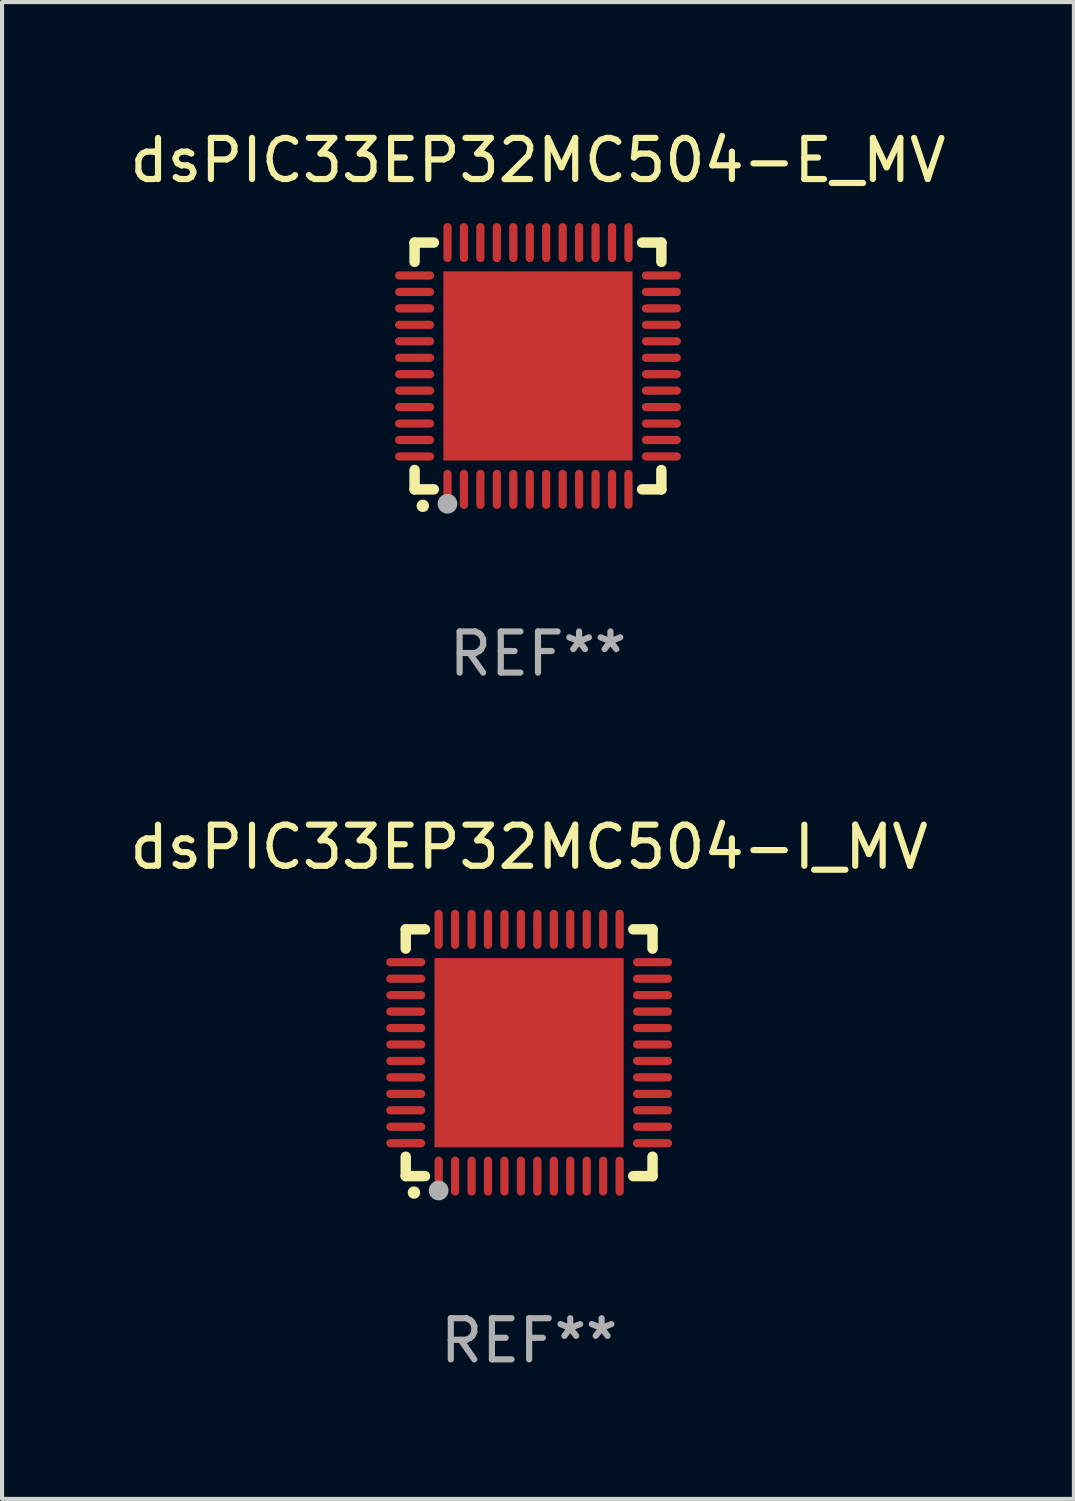
<source format=kicad_pcb>
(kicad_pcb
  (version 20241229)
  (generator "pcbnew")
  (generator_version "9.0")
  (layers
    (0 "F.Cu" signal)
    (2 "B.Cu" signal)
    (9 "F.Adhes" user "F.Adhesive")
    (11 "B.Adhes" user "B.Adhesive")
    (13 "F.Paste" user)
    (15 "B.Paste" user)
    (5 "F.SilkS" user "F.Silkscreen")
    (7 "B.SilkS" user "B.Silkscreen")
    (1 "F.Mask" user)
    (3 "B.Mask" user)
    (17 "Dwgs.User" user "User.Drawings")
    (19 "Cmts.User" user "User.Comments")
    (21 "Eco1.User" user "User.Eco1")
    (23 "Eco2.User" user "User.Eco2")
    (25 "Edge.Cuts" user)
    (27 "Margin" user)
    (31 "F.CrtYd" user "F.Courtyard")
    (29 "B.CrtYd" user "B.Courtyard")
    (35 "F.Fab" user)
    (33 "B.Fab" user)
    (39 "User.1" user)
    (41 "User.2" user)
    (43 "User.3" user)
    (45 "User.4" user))
  (footprint "dsPIC33EP32MC504-I_MV"
    (layer "F.Cu")
    (at 9.815 22.545)
    (property "Reference" "dsPIC33EP32MC504-I_MV" (at 0 -5 0) (layer "F.SilkS") (effects (font (size 1 1) (thickness 0.15))))
    (attr through_hole)
    (fp_line (start -3 -3) (end -2.532 -3) (stroke (width 0.254) (type solid)) (layer "F.SilkS"))
    (fp_line (start -3 -2.532) (end -3 -3) (stroke (width 0.254) (type solid)) (layer "F.SilkS"))
    (fp_line (start -3 3) (end -3 2.529) (stroke (width 0.254) (type solid)) (layer "F.SilkS"))
    (fp_line (start -2.532 3) (end -3 3) (stroke (width 0.254) (type solid)) (layer "F.SilkS"))
    (fp_line (start 2.532 -3) (end 3 -3) (stroke (width 0.254) (type solid)) (layer "F.SilkS"))
    (fp_line (start 3 -3) (end 3 -2.532) (stroke (width 0.254) (type solid)) (layer "F.SilkS"))
    (fp_line (start 3 2.529) (end 3 3) (stroke (width 0.254) (type solid)) (layer "F.SilkS"))
    (fp_line (start 3 3) (end 2.532 3) (stroke (width 0.254) (type solid)) (layer "F.SilkS"))
    (fp_arc (start -2.801295 3.400025) (mid -2.800025 3.40002) (end -2.798755 3.400025) (stroke (width 0.3) (type solid)) (layer "F.SilkS"))
    (fp_circle (center -3 3) (end -2.97 3) (stroke (width 0.06) (type solid)) (fill no) (layer "F.SilkS"))
    (fp_circle (center -2.2 3.35) (end -2.08 3.35) (stroke (width 0.24) (type solid)) (fill no) (layer "F.Fab"))
    (fp_text user "REF**" (at 0 7 0) (layer "F.Fab") (effects (font (size 1 1) (thickness 0.15))))
    (pad "1" smd oval (at -2.2 3) (size 0.2 0.95) (layers "F.Cu" "F.Mask" "F.Paste"))
    (pad "2" smd oval (at -1.8 3) (size 0.2 0.95) (layers "F.Cu" "F.Mask" "F.Paste"))
    (pad "3" smd oval (at -1.4 3) (size 0.2 0.95) (layers "F.Cu" "F.Mask" "F.Paste"))
    (pad "4" smd oval (at -1 3) (size 0.2 0.95) (layers "F.Cu" "F.Mask" "F.Paste"))
    (pad "5" smd oval (at -0.6 3) (size 0.2 0.95) (layers "F.Cu" "F.Mask" "F.Paste"))
    (pad "6" smd oval (at -0.2 3) (size 0.2 0.95) (layers "F.Cu" "F.Mask" "F.Paste"))
    (pad "7" smd oval (at 0.2 3) (size 0.2 0.95) (layers "F.Cu" "F.Mask" "F.Paste"))
    (pad "8" smd oval (at 0.6 3) (size 0.2 0.95) (layers "F.Cu" "F.Mask" "F.Paste"))
    (pad "9" smd oval (at 1 3) (size 0.2 0.95) (layers "F.Cu" "F.Mask" "F.Paste"))
    (pad "10" smd oval (at 1.4 3) (size 0.2 0.95) (layers "F.Cu" "F.Mask" "F.Paste"))
    (pad "11" smd oval (at 1.8 3) (size 0.2 0.95) (layers "F.Cu" "F.Mask" "F.Paste"))
    (pad "12" smd oval (at 2.2 3) (size 0.2 0.95) (layers "F.Cu" "F.Mask" "F.Paste"))
    (pad "13" smd oval (at 3 2.2 90) (size 0.2 0.95) (layers "F.Cu" "F.Mask" "F.Paste"))
    (pad "14" smd oval (at 3 1.8 90) (size 0.2 0.95) (layers "F.Cu" "F.Mask" "F.Paste"))
    (pad "15" smd oval (at 3 1.4 90) (size 0.2 0.95) (layers "F.Cu" "F.Mask" "F.Paste"))
    (pad "16" smd oval (at 3 1 90) (size 0.2 0.95) (layers "F.Cu" "F.Mask" "F.Paste"))
    (pad "17" smd oval (at 3 0.6 90) (size 0.2 0.95) (layers "F.Cu" "F.Mask" "F.Paste"))
    (pad "18" smd oval (at 3 0.2 90) (size 0.2 0.95) (layers "F.Cu" "F.Mask" "F.Paste"))
    (pad "19" smd oval (at 3 -0.2 90) (size 0.2 0.95) (layers "F.Cu" "F.Mask" "F.Paste"))
    (pad "20" smd oval (at 3 -0.6 90) (size 0.2 0.95) (layers "F.Cu" "F.Mask" "F.Paste"))
    (pad "21" smd oval (at 3 -1 90) (size 0.2 0.95) (layers "F.Cu" "F.Mask" "F.Paste"))
    (pad "22" smd oval (at 3 -1.4 90) (size 0.2 0.95) (layers "F.Cu" "F.Mask" "F.Paste"))
    (pad "23" smd oval (at 3 -1.8 90) (size 0.2 0.95) (layers "F.Cu" "F.Mask" "F.Paste"))
    (pad "24" smd oval (at 3 -2.2 90) (size 0.2 0.95) (layers "F.Cu" "F.Mask" "F.Paste"))
    (pad "25" smd oval (at 2.2 -3 180) (size 0.2 0.95) (layers "F.Cu" "F.Mask" "F.Paste"))
    (pad "26" smd oval (at 1.8 -3 180) (size 0.2 0.95) (layers "F.Cu" "F.Mask" "F.Paste"))
    (pad "27" smd oval (at 1.4 -3 180) (size 0.2 0.95) (layers "F.Cu" "F.Mask" "F.Paste"))
    (pad "28" smd oval (at 1 -3 180) (size 0.2 0.95) (layers "F.Cu" "F.Mask" "F.Paste"))
    (pad "29" smd oval (at 0.6 -3 180) (size 0.2 0.95) (layers "F.Cu" "F.Mask" "F.Paste"))
    (pad "30" smd oval (at 0.2 -3 180) (size 0.2 0.95) (layers "F.Cu" "F.Mask" "F.Paste"))
    (pad "31" smd oval (at -0.2 -3 180) (size 0.2 0.95) (layers "F.Cu" "F.Mask" "F.Paste"))
    (pad "32" smd oval (at -0.6 -3 180) (size 0.2 0.95) (layers "F.Cu" "F.Mask" "F.Paste"))
    (pad "33" smd oval (at -1 -3 180) (size 0.2 0.95) (layers "F.Cu" "F.Mask" "F.Paste"))
    (pad "34" smd oval (at -1.4 -3 180) (size 0.2 0.95) (layers "F.Cu" "F.Mask" "F.Paste"))
    (pad "35" smd oval (at -1.8 -3 180) (size 0.2 0.95) (layers "F.Cu" "F.Mask" "F.Paste"))
    (pad "36" smd oval (at -2.2 -3 180) (size 0.2 0.95) (layers "F.Cu" "F.Mask" "F.Paste"))
    (pad "37" smd oval (at -3 -2.2 270) (size 0.2 0.95) (layers "F.Cu" "F.Mask" "F.Paste"))
    (pad "38" smd oval (at -3 -1.8 270) (size 0.2 0.95) (layers "F.Cu" "F.Mask" "F.Paste"))
    (pad "39" smd oval (at -3 -1.4 270) (size 0.2 0.95) (layers "F.Cu" "F.Mask" "F.Paste"))
    (pad "40" smd oval (at -3 -1 270) (size 0.2 0.95) (layers "F.Cu" "F.Mask" "F.Paste"))
    (pad "41" smd oval (at -3 -0.6 270) (size 0.2 0.95) (layers "F.Cu" "F.Mask" "F.Paste"))
    (pad "42" smd oval (at -3 -0.2 270) (size 0.2 0.95) (layers "F.Cu" "F.Mask" "F.Paste"))
    (pad "43" smd oval (at -3 0.2 270) (size 0.2 0.95) (layers "F.Cu" "F.Mask" "F.Paste"))
    (pad "44" smd oval (at -3 0.6 270) (size 0.2 0.95) (layers "F.Cu" "F.Mask" "F.Paste"))
    (pad "45" smd oval (at -3 1 270) (size 0.2 0.95) (layers "F.Cu" "F.Mask" "F.Paste"))
    (pad "46" smd oval (at -3 1.4 270) (size 0.2 0.95) (layers "F.Cu" "F.Mask" "F.Paste"))
    (pad "47" smd oval (at -3 1.8 270) (size 0.2 0.95) (layers "F.Cu" "F.Mask" "F.Paste"))
    (pad "48" smd oval (at -3 2.2 270) (size 0.2 0.95) (layers "F.Cu" "F.Mask" "F.Paste"))
    (pad "49" smd rect (at -0.001 -0.001 180) (size 4.6 4.6) (layers "F.Cu" "F.Mask" "F.Paste")))
  (footprint "dsPIC33EP32MC504-E_MV"
    (layer "F.Cu")
    (at 10.03 5.848)
    (property "Reference" "dsPIC33EP32MC504-E_MV" (at 0 -5 0) (layer "F.SilkS") (effects (font (size 1 1) (thickness 0.15))))
    (attr through_hole)
    (fp_line (start -3 -3) (end -2.532 -3) (stroke (width 0.254) (type solid)) (layer "F.SilkS"))
    (fp_line (start -3 -2.532) (end -3 -3) (stroke (width 0.254) (type solid)) (layer "F.SilkS"))
    (fp_line (start -3 3) (end -3 2.529) (stroke (width 0.254) (type solid)) (layer "F.SilkS"))
    (fp_line (start -2.532 3) (end -3 3) (stroke (width 0.254) (type solid)) (layer "F.SilkS"))
    (fp_line (start 2.532 -3) (end 3 -3) (stroke (width 0.254) (type solid)) (layer "F.SilkS"))
    (fp_line (start 3 -3) (end 3 -2.532) (stroke (width 0.254) (type solid)) (layer "F.SilkS"))
    (fp_line (start 3 2.529) (end 3 3) (stroke (width 0.254) (type solid)) (layer "F.SilkS"))
    (fp_line (start 3 3) (end 2.532 3) (stroke (width 0.254) (type solid)) (layer "F.SilkS"))
    (fp_arc (start -2.801295 3.400025) (mid -2.800025 3.40002) (end -2.798755 3.400025) (stroke (width 0.3) (type solid)) (layer "F.SilkS"))
    (fp_circle (center -3 3) (end -2.97 3) (stroke (width 0.06) (type solid)) (fill no) (layer "F.SilkS"))
    (fp_circle (center -2.2 3.35) (end -2.08 3.35) (stroke (width 0.24) (type solid)) (fill no) (layer "F.Fab"))
    (fp_text user "REF**" (at 0 7 0) (layer "F.Fab") (effects (font (size 1 1) (thickness 0.15))))
    (pad "1" smd oval (at -2.2 3) (size 0.2 0.95) (layers "F.Cu" "F.Mask" "F.Paste"))
    (pad "2" smd oval (at -1.8 3) (size 0.2 0.95) (layers "F.Cu" "F.Mask" "F.Paste"))
    (pad "3" smd oval (at -1.4 3) (size 0.2 0.95) (layers "F.Cu" "F.Mask" "F.Paste"))
    (pad "4" smd oval (at -1 3) (size 0.2 0.95) (layers "F.Cu" "F.Mask" "F.Paste"))
    (pad "5" smd oval (at -0.6 3) (size 0.2 0.95) (layers "F.Cu" "F.Mask" "F.Paste"))
    (pad "6" smd oval (at -0.2 3) (size 0.2 0.95) (layers "F.Cu" "F.Mask" "F.Paste"))
    (pad "7" smd oval (at 0.2 3) (size 0.2 0.95) (layers "F.Cu" "F.Mask" "F.Paste"))
    (pad "8" smd oval (at 0.6 3) (size 0.2 0.95) (layers "F.Cu" "F.Mask" "F.Paste"))
    (pad "9" smd oval (at 1 3) (size 0.2 0.95) (layers "F.Cu" "F.Mask" "F.Paste"))
    (pad "10" smd oval (at 1.4 3) (size 0.2 0.95) (layers "F.Cu" "F.Mask" "F.Paste"))
    (pad "11" smd oval (at 1.8 3) (size 0.2 0.95) (layers "F.Cu" "F.Mask" "F.Paste"))
    (pad "12" smd oval (at 2.2 3) (size 0.2 0.95) (layers "F.Cu" "F.Mask" "F.Paste"))
    (pad "13" smd oval (at 3 2.2 90) (size 0.2 0.95) (layers "F.Cu" "F.Mask" "F.Paste"))
    (pad "14" smd oval (at 3 1.8 90) (size 0.2 0.95) (layers "F.Cu" "F.Mask" "F.Paste"))
    (pad "15" smd oval (at 3 1.4 90) (size 0.2 0.95) (layers "F.Cu" "F.Mask" "F.Paste"))
    (pad "16" smd oval (at 3 1 90) (size 0.2 0.95) (layers "F.Cu" "F.Mask" "F.Paste"))
    (pad "17" smd oval (at 3 0.6 90) (size 0.2 0.95) (layers "F.Cu" "F.Mask" "F.Paste"))
    (pad "18" smd oval (at 3 0.2 90) (size 0.2 0.95) (layers "F.Cu" "F.Mask" "F.Paste"))
    (pad "19" smd oval (at 3 -0.2 90) (size 0.2 0.95) (layers "F.Cu" "F.Mask" "F.Paste"))
    (pad "20" smd oval (at 3 -0.6 90) (size 0.2 0.95) (layers "F.Cu" "F.Mask" "F.Paste"))
    (pad "21" smd oval (at 3 -1 90) (size 0.2 0.95) (layers "F.Cu" "F.Mask" "F.Paste"))
    (pad "22" smd oval (at 3 -1.4 90) (size 0.2 0.95) (layers "F.Cu" "F.Mask" "F.Paste"))
    (pad "23" smd oval (at 3 -1.8 90) (size 0.2 0.95) (layers "F.Cu" "F.Mask" "F.Paste"))
    (pad "24" smd oval (at 3 -2.2 90) (size 0.2 0.95) (layers "F.Cu" "F.Mask" "F.Paste"))
    (pad "25" smd oval (at 2.2 -3 180) (size 0.2 0.95) (layers "F.Cu" "F.Mask" "F.Paste"))
    (pad "26" smd oval (at 1.8 -3 180) (size 0.2 0.95) (layers "F.Cu" "F.Mask" "F.Paste"))
    (pad "27" smd oval (at 1.4 -3 180) (size 0.2 0.95) (layers "F.Cu" "F.Mask" "F.Paste"))
    (pad "28" smd oval (at 1 -3 180) (size 0.2 0.95) (layers "F.Cu" "F.Mask" "F.Paste"))
    (pad "29" smd oval (at 0.6 -3 180) (size 0.2 0.95) (layers "F.Cu" "F.Mask" "F.Paste"))
    (pad "30" smd oval (at 0.2 -3 180) (size 0.2 0.95) (layers "F.Cu" "F.Mask" "F.Paste"))
    (pad "31" smd oval (at -0.2 -3 180) (size 0.2 0.95) (layers "F.Cu" "F.Mask" "F.Paste"))
    (pad "32" smd oval (at -0.6 -3 180) (size 0.2 0.95) (layers "F.Cu" "F.Mask" "F.Paste"))
    (pad "33" smd oval (at -1 -3 180) (size 0.2 0.95) (layers "F.Cu" "F.Mask" "F.Paste"))
    (pad "34" smd oval (at -1.4 -3 180) (size 0.2 0.95) (layers "F.Cu" "F.Mask" "F.Paste"))
    (pad "35" smd oval (at -1.8 -3 180) (size 0.2 0.95) (layers "F.Cu" "F.Mask" "F.Paste"))
    (pad "36" smd oval (at -2.2 -3 180) (size 0.2 0.95) (layers "F.Cu" "F.Mask" "F.Paste"))
    (pad "37" smd oval (at -3 -2.2 270) (size 0.2 0.95) (layers "F.Cu" "F.Mask" "F.Paste"))
    (pad "38" smd oval (at -3 -1.8 270) (size 0.2 0.95) (layers "F.Cu" "F.Mask" "F.Paste"))
    (pad "39" smd oval (at -3 -1.4 270) (size 0.2 0.95) (layers "F.Cu" "F.Mask" "F.Paste"))
    (pad "40" smd oval (at -3 -1 270) (size 0.2 0.95) (layers "F.Cu" "F.Mask" "F.Paste"))
    (pad "41" smd oval (at -3 -0.6 270) (size 0.2 0.95) (layers "F.Cu" "F.Mask" "F.Paste"))
    (pad "42" smd oval (at -3 -0.2 270) (size 0.2 0.95) (layers "F.Cu" "F.Mask" "F.Paste"))
    (pad "43" smd oval (at -3 0.2 270) (size 0.2 0.95) (layers "F.Cu" "F.Mask" "F.Paste"))
    (pad "44" smd oval (at -3 0.6 270) (size 0.2 0.95) (layers "F.Cu" "F.Mask" "F.Paste"))
    (pad "45" smd oval (at -3 1 270) (size 0.2 0.95) (layers "F.Cu" "F.Mask" "F.Paste"))
    (pad "46" smd oval (at -3 1.4 270) (size 0.2 0.95) (layers "F.Cu" "F.Mask" "F.Paste"))
    (pad "47" smd oval (at -3 1.8 270) (size 0.2 0.95) (layers "F.Cu" "F.Mask" "F.Paste"))
    (pad "48" smd oval (at -3 2.2 270) (size 0.2 0.95) (layers "F.Cu" "F.Mask" "F.Paste"))
    (pad "49" smd rect (at -0.001 -0.001 180) (size 4.6 4.6) (layers "F.Cu" "F.Mask" "F.Paste")))
  (gr_rect
    (start -3 -3)
    (end 23.06 33.393)
    (stroke (width 0.1) (type default))
    (fill no)
    (layer "Edge.Cuts")))
</source>
